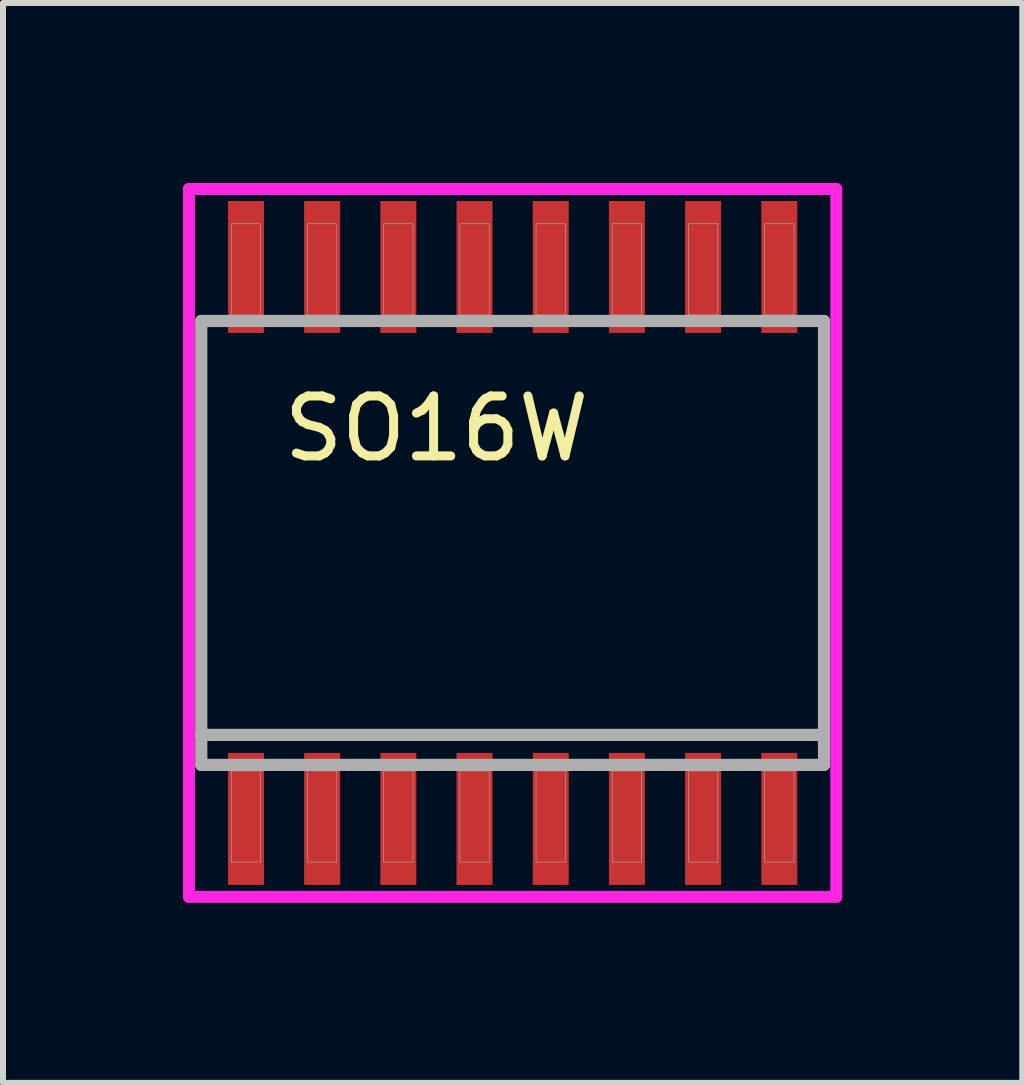
<source format=kicad_pcb>
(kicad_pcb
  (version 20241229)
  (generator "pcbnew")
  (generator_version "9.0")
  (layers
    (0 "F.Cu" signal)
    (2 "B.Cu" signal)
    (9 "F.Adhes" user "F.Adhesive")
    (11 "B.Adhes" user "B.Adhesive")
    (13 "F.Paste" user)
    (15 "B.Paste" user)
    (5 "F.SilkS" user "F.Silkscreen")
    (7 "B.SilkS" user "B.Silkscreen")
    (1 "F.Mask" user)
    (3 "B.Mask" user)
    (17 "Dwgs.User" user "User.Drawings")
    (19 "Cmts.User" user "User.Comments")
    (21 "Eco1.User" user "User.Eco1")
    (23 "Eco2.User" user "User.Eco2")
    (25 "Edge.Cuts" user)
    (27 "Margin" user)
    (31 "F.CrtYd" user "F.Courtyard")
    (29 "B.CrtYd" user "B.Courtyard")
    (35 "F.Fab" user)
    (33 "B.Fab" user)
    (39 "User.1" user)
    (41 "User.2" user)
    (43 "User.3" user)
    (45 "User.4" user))
  (footprint "SO16W"
    (layer "F.Cu")
    (at 5.495 6)
    (property "Reference" "SO16W" (at -1.27 -1.905 0) (layer "F.SilkS") (effects (font (size 1 1) (thickness 0.15))))
    (attr smd)
    (fp_line (start -5.395 -5.9) (end 5.395 -5.9) (stroke (width 0.2) (type solid)) (layer "F.CrtYd"))
    (fp_line (start -5.395 5.9) (end -5.395 -5.9) (stroke (width 0.2) (type solid)) (layer "F.CrtYd"))
    (fp_line (start 5.395 -5.9) (end 5.395 5.9) (stroke (width 0.2) (type solid)) (layer "F.CrtYd"))
    (fp_line (start 5.395 5.9) (end -5.395 5.9) (stroke (width 0.2) (type solid)) (layer "F.CrtYd"))
    (fp_line (start -5.19 -3.7) (end 5.19 -3.7) (stroke (width 0.203) (type solid)) (layer "F.Fab"))
    (fp_line (start -5.19 3.2) (end -5.19 -3.7) (stroke (width 0.203) (type solid)) (layer "F.Fab"))
    (fp_line (start -5.19 3.7) (end -5.19 3.2) (stroke (width 0.203) (type solid)) (layer "F.Fab"))
    (fp_line (start 5.19 -3.7) (end 5.19 3.2) (stroke (width 0.203) (type solid)) (layer "F.Fab"))
    (fp_line (start 5.19 3.2) (end -5.19 3.2) (stroke (width 0.203) (type solid)) (layer "F.Fab"))
    (fp_line (start 5.19 3.2) (end 5.19 3.7) (stroke (width 0.203) (type solid)) (layer "F.Fab"))
    (fp_line (start 5.19 3.7) (end -5.19 3.7) (stroke (width 0.203) (type solid)) (layer "F.Fab"))
    (fp_poly (pts (xy -4.69 -5.32) (xy -4.2 -5.32) (xy -4.2 -3.8) (xy -4.69 -3.8)) (stroke (width 0.01) (type solid)) (fill no) (layer "F.Fab"))
    (fp_poly (pts (xy -4.69 3.8) (xy -4.2 3.8) (xy -4.2 5.32) (xy -4.69 5.32)) (stroke (width 0.01) (type solid)) (fill no) (layer "F.Fab"))
    (fp_poly (pts (xy -3.42 -5.32) (xy -2.93 -5.32) (xy -2.93 -3.8) (xy -3.42 -3.8)) (stroke (width 0.01) (type solid)) (fill no) (layer "F.Fab"))
    (fp_poly (pts (xy -3.42 3.8) (xy -2.93 3.8) (xy -2.93 5.32) (xy -3.42 5.32)) (stroke (width 0.01) (type solid)) (fill no) (layer "F.Fab"))
    (fp_poly (pts (xy -2.15 -5.32) (xy -1.66 -5.32) (xy -1.66 -3.8) (xy -2.15 -3.8)) (stroke (width 0.01) (type solid)) (fill no) (layer "F.Fab"))
    (fp_poly (pts (xy -2.15 3.8) (xy -1.66 3.8) (xy -1.66 5.32) (xy -2.15 5.32)) (stroke (width 0.01) (type solid)) (fill no) (layer "F.Fab"))
    (fp_poly (pts (xy -0.88 -5.32) (xy -0.39 -5.32) (xy -0.39 -3.8) (xy -0.88 -3.8)) (stroke (width 0.01) (type solid)) (fill no) (layer "F.Fab"))
    (fp_poly (pts (xy -0.88 3.8) (xy -0.39 3.8) (xy -0.39 5.32) (xy -0.88 5.32)) (stroke (width 0.01) (type solid)) (fill no) (layer "F.Fab"))
    (fp_poly (pts (xy 0.39 -5.32) (xy 0.88 -5.32) (xy 0.88 -3.8) (xy 0.39 -3.8)) (stroke (width 0.01) (type solid)) (fill no) (layer "F.Fab"))
    (fp_poly (pts (xy 0.39 3.8) (xy 0.88 3.8) (xy 0.88 5.32) (xy 0.39 5.32)) (stroke (width 0.01) (type solid)) (fill no) (layer "F.Fab"))
    (fp_poly (pts (xy 1.66 -5.32) (xy 2.15 -5.32) (xy 2.15 -3.8) (xy 1.66 -3.8)) (stroke (width 0.01) (type solid)) (fill no) (layer "F.Fab"))
    (fp_poly (pts (xy 1.66 3.8) (xy 2.15 3.8) (xy 2.15 5.32) (xy 1.66 5.32)) (stroke (width 0.01) (type solid)) (fill no) (layer "F.Fab"))
    (fp_poly (pts (xy 2.93 -5.32) (xy 3.42 -5.32) (xy 3.42 -3.8) (xy 2.93 -3.8)) (stroke (width 0.01) (type solid)) (fill no) (layer "F.Fab"))
    (fp_poly (pts (xy 2.93 3.8) (xy 3.42 3.8) (xy 3.42 5.32) (xy 2.93 5.32)) (stroke (width 0.01) (type solid)) (fill no) (layer "F.Fab"))
    (fp_poly (pts (xy 4.2 -5.32) (xy 4.69 -5.32) (xy 4.69 -3.8) (xy 4.2 -3.8)) (stroke (width 0.01) (type solid)) (fill no) (layer "F.Fab"))
    (fp_poly (pts (xy 4.2 3.8) (xy 4.69 3.8) (xy 4.69 5.32) (xy 4.2 5.32)) (stroke (width 0.01) (type solid)) (fill no) (layer "F.Fab"))
    (pad "1" smd rect (at -4.445 4.6) (size 0.6 2.2) (layers "F.Cu" "F.Mask" "F.Paste"))
    (pad "2" smd rect (at -3.175 4.6) (size 0.6 2.2) (layers "F.Cu" "F.Mask" "F.Paste"))
    (pad "3" smd rect (at -1.905 4.6) (size 0.6 2.2) (layers "F.Cu" "F.Mask" "F.Paste"))
    (pad "4" smd rect (at -0.635 4.6) (size 0.6 2.2) (layers "F.Cu" "F.Mask" "F.Paste"))
    (pad "5" smd rect (at 0.635 4.6) (size 0.6 2.2) (layers "F.Cu" "F.Mask" "F.Paste"))
    (pad "6" smd rect (at 1.905 4.6) (size 0.6 2.2) (layers "F.Cu" "F.Mask" "F.Paste"))
    (pad "7" smd rect (at 3.175 4.6) (size 0.6 2.2) (layers "F.Cu" "F.Mask" "F.Paste"))
    (pad "8" smd rect (at 4.445 4.6) (size 0.6 2.2) (layers "F.Cu" "F.Mask" "F.Paste"))
    (pad "9" smd rect (at 4.445 -4.6) (size 0.6 2.2) (layers "F.Cu" "F.Mask" "F.Paste"))
    (pad "10" smd rect (at 3.175 -4.6) (size 0.6 2.2) (layers "F.Cu" "F.Mask" "F.Paste"))
    (pad "11" smd rect (at 1.905 -4.6) (size 0.6 2.2) (layers "F.Cu" "F.Mask" "F.Paste"))
    (pad "12" smd rect (at 0.635 -4.6) (size 0.6 2.2) (layers "F.Cu" "F.Mask" "F.Paste"))
    (pad "13" smd rect (at -0.635 -4.6) (size 0.6 2.2) (layers "F.Cu" "F.Mask" "F.Paste"))
    (pad "14" smd rect (at -1.905 -4.6) (size 0.6 2.2) (layers "F.Cu" "F.Mask" "F.Paste"))
    (pad "15" smd rect (at -3.175 -4.6) (size 0.6 2.2) (layers "F.Cu" "F.Mask" "F.Paste"))
    (pad "16" smd rect (at -4.445 -4.6) (size 0.6 2.2) (layers "F.Cu" "F.Mask" "F.Paste")))
  (gr_rect
    (start -3 -3)
    (end 13.99 15)
    (stroke (width 0.1) (type default))
    (fill no)
    (layer "Edge.Cuts")))
</source>
